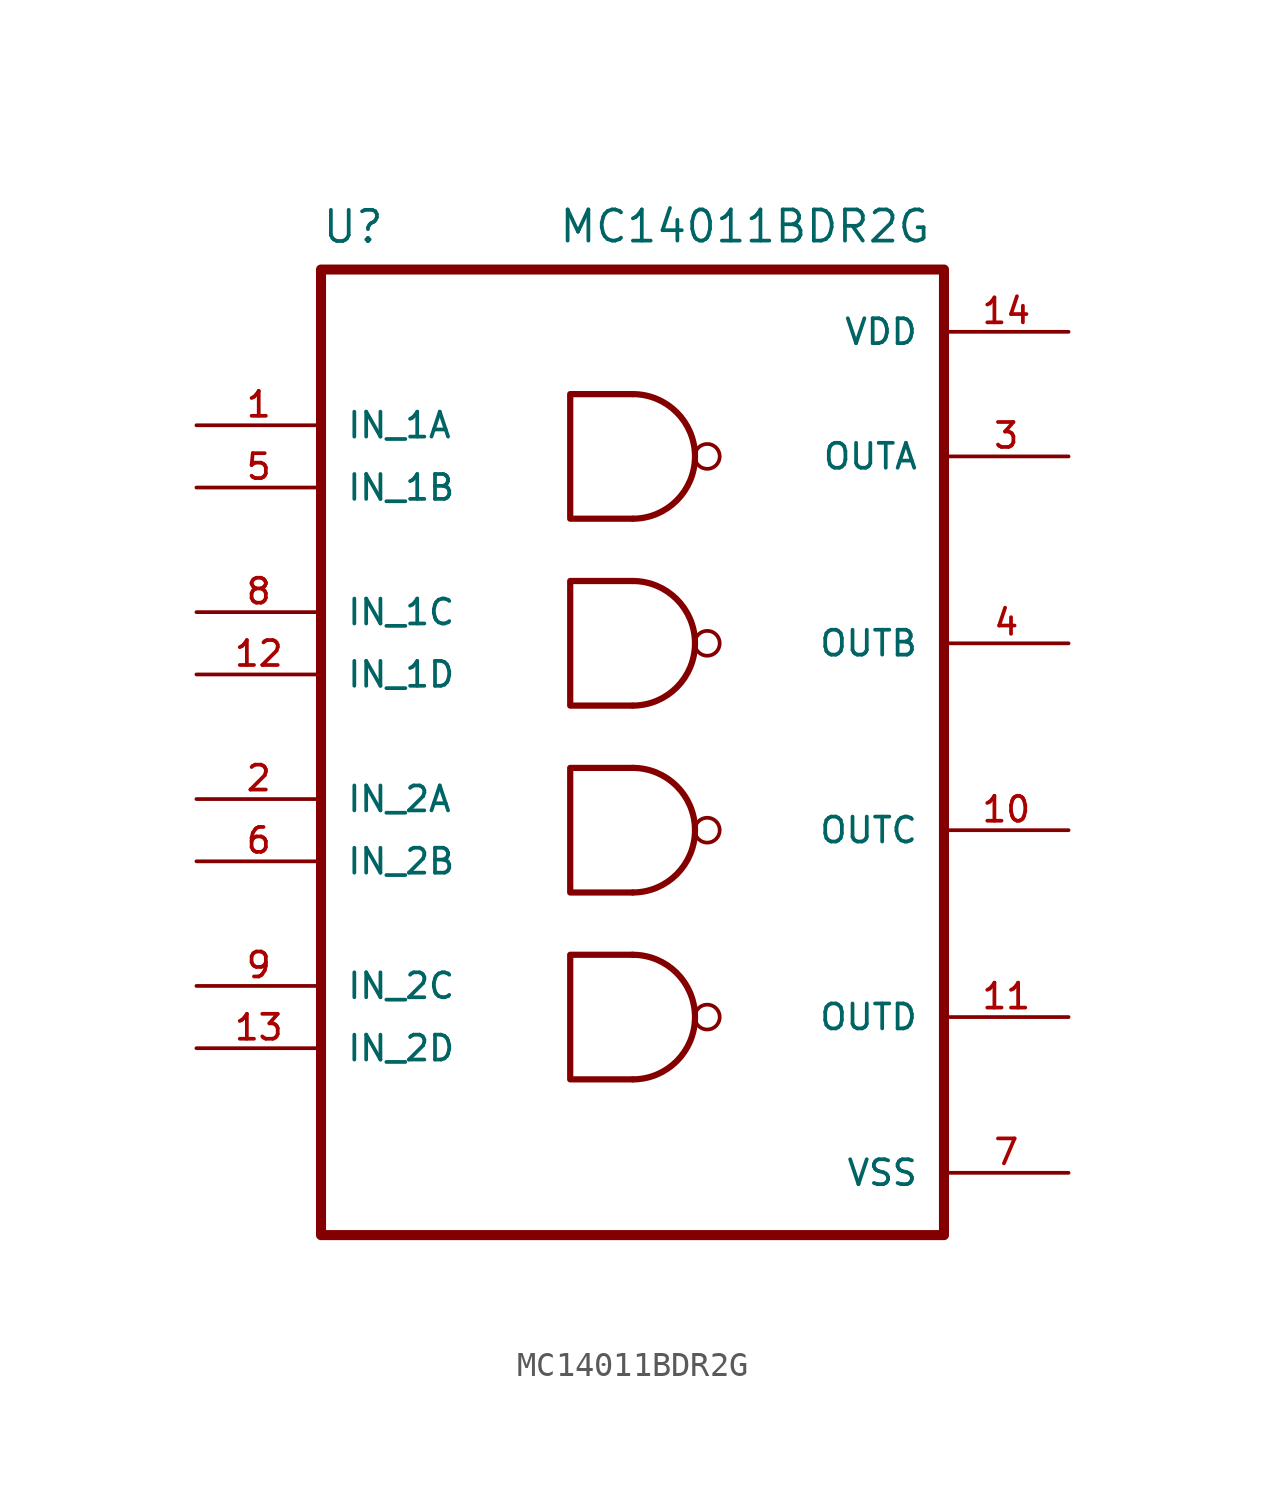
<source format=kicad_sym>
(kicad_symbol_lib
  (version 20241209)
  (generator "kicad_symbol_editor")
  (generator_version "9.0")
  (symbol "MC14011BDR2G"
    (pin_names
      (offset 1.016))
    (property "Reference" "U"
      (at -12.7 18.78 0)
      (effects (font (size 1.27 1.27)) (justify left bottom)))
    (property "Value" "MC14011BDR2G"
      (at -3.048 18.796 0)
      (effects (font (size 1.27 1.27)) (justify left bottom)))
    (symbol "MC14011BDR2G_0_0"
      (rectangle (start -12.7 17.78) (end 12.7 -21.59) (stroke (width 0.41) (type default)) (fill (type none)))
      (pin input line (at -17.78 11.43 0) (length 5.08) (name "IN_1A" (effects (font (size 1.016 1.016)))) (number "1" (effects (font (size 1.016 1.016)))))
      (pin input line (at -17.78 8.89 0) (length 5.08) (name "IN_1B" (effects (font (size 1.016 1.016)))) (number "5" (effects (font (size 1.016 1.016)))))
      (pin input line (at -17.78 3.81 0) (length 5.08) (name "IN_1C" (effects (font (size 1.016 1.016)))) (number "8" (effects (font (size 1.016 1.016)))))
      (pin input line (at -17.78 1.27 0) (length 5.08) (name "IN_1D" (effects (font (size 1.016 1.016)))) (number "12" (effects (font (size 1.016 1.016)))))
      (pin input line (at -17.78 -3.81 0) (length 5.08) (name "IN_2A" (effects (font (size 1.016 1.016)))) (number "2" (effects (font (size 1.016 1.016)))))
      (pin input line (at -17.78 -6.35 0) (length 5.08) (name "IN_2B" (effects (font (size 1.016 1.016)))) (number "6" (effects (font (size 1.016 1.016)))))
      (pin input line (at -17.78 -11.43 0) (length 5.08) (name "IN_2C" (effects (font (size 1.016 1.016)))) (number "9" (effects (font (size 1.016 1.016)))))
      (pin input line (at -17.78 -13.97 0) (length 5.08) (name "IN_2D" (effects (font (size 1.016 1.016)))) (number "13" (effects (font (size 1.016 1.016)))))
      (pin power_in line (at 17.78 15.24 180) (length 5.08) (name "VDD" (effects (font (size 1.016 1.016)))) (number "14" (effects (font (size 1.016 1.016)))))
      (pin output line (at 17.78 10.16 180) (length 5.08) (name "OUTA" (effects (font (size 1.016 1.016)))) (number "3" (effects (font (size 1.016 1.016)))))
      (pin output line (at 17.78 2.54 180) (length 5.08) (name "OUTB" (effects (font (size 1.016 1.016)))) (number "4" (effects (font (size 1.016 1.016)))))
      (pin output line (at 17.78 -5.08 180) (length 5.08) (name "OUTC" (effects (font (size 1.016 1.016)))) (number "10" (effects (font (size 1.016 1.016)))))
      (pin output line (at 17.78 -12.7 180) (length 5.08) (name "OUTD" (effects (font (size 1.016 1.016)))) (number "11" (effects (font (size 1.016 1.016)))))
      (pin power_in line (at 17.78 -19.05 180) (length 5.08) (name "VSS" (effects (font (size 1.016 1.016)))) (number "7" (effects (font (size 1.016 1.016))))))
    (symbol "MC14011BDR2G_0_1"
      (circle (center 3.048 10.16) (radius 0.508) (stroke (width 0) (type default)) (fill (type none)))
      (circle (center 3.048 2.54) (radius 0.508) (stroke (width 0) (type default)) (fill (type none)))
      (circle (center 3.048 -5.08) (radius 0.508) (stroke (width 0) (type default)) (fill (type none)))
      (circle (center 3.048 -12.7) (radius 0.508) (stroke (width 0) (type default)) (fill (type none))))
    (symbol "MC14011BDR2G_1_1"
      (polyline (pts (xy 0 12.7) (xy -2.54 12.7) (xy -2.54 7.62) (xy 0 7.62)) (stroke (width 0.254) (type default)) (fill (type none)))
      (polyline (pts (xy 0 5.08) (xy -2.54 5.08) (xy -2.54 0) (xy 0 0)) (stroke (width 0.254) (type default)) (fill (type none)))
      (polyline (pts (xy 0 -2.54) (xy -2.54 -2.54) (xy -2.54 -7.62) (xy 0 -7.62)) (stroke (width 0.254) (type default)) (fill (type none)))
      (polyline (pts (xy 0 -10.16) (xy -2.54 -10.16) (xy -2.54 -15.24) (xy 0 -15.24)) (stroke (width 0.254) (type default)) (fill (type none)))
      (arc (start 0 12.7) (mid 2.5483 10.1683) (end 0.0166 7.62) (stroke (width 0.254) (type default)) (fill (type none)))
      (arc (start 0 5.08) (mid 2.5483 2.5483) (end 0.0166 0) (stroke (width 0.254) (type default)) (fill (type none)))
      (arc (start 0 -2.54) (mid 2.5483 -5.0717) (end 0.0166 -7.62) (stroke (width 0.254) (type default)) (fill (type none)))
      (arc (start 0 -10.16) (mid 2.5483 -12.6917) (end 0.0166 -15.24) (stroke (width 0.254) (type default)) (fill (type none))))))
</source>
